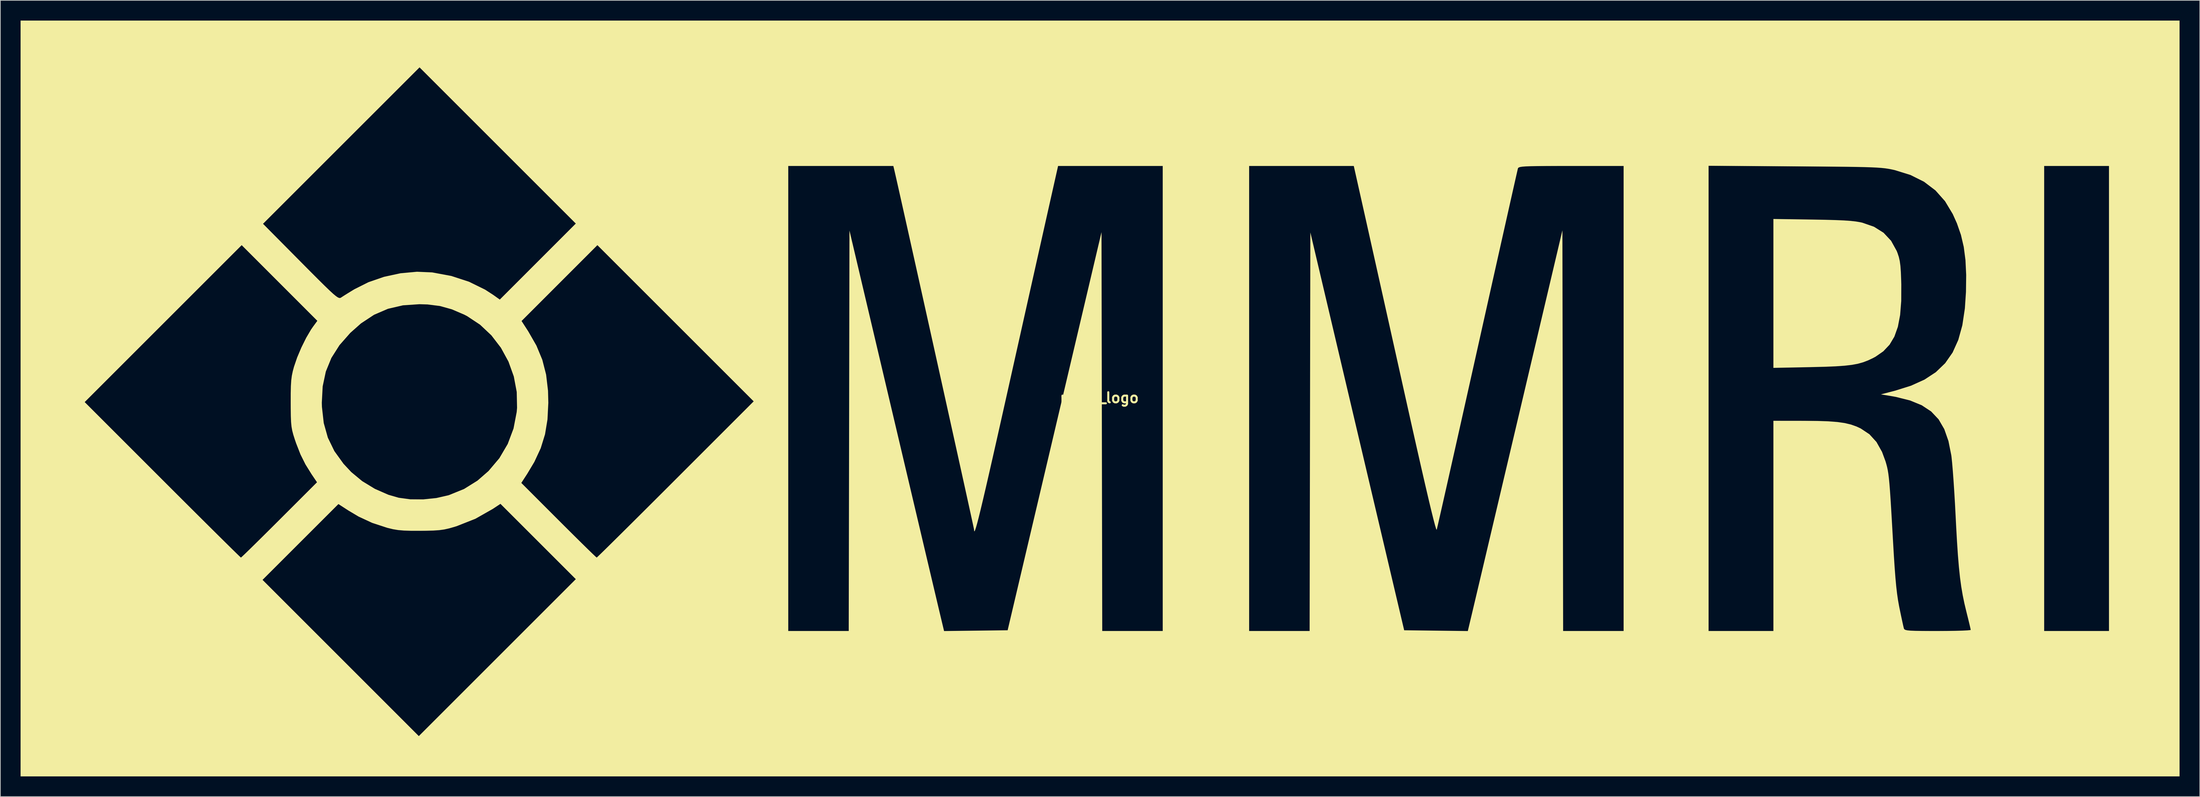
<source format=kicad_pcb>
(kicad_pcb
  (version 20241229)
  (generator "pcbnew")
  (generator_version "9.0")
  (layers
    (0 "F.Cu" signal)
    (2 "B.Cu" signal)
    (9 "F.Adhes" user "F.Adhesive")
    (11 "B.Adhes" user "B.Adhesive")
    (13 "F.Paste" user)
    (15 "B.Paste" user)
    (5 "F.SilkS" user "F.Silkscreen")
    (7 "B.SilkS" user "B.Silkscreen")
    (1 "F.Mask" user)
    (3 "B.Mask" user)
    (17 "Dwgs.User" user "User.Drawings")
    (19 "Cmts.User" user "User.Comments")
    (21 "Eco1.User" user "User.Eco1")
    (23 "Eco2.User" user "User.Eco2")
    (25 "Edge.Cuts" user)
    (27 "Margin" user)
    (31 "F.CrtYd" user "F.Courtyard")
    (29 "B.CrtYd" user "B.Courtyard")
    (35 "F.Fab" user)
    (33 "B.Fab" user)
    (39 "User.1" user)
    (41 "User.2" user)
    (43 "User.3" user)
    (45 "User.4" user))
  (footprint "mmri_logo"
    (layer "F.Cu")
    (at 159.871 55.923)
    (property "Reference" "mmri_logo" (at 0 0 0) (layer "F.SilkS") (effects (font (size 1.5 1.5) (thickness 0.3))))
    (attr board_only exclude_from_pos_files exclude_from_bom)
    (fp_poly (pts (xy 105.709 -26.42) (xy 107.61 -26.385) (xy 109.142 -26.343) (xy 110.364 -26.29) (xy 111.334 -26.222) (xy 112.112 -26.135) (xy 112.754 -26.027) (xy 113.075 -25.955) (xy 114.801 -25.355) (xy 116.217 -24.465) (xy 117.334 -23.274) (xy 118.164 -21.773) (xy 118.293 -21.444) (xy 118.483 -20.867) (xy 118.621 -20.26) (xy 118.718 -19.534) (xy 118.784 -18.598) (xy 118.831 -17.359) (xy 118.846 -16.792) (xy 118.837 -14.349) (xy 118.673 -12.272) (xy 118.339 -10.524) (xy 117.823 -9.069) (xy 117.109 -7.87) (xy 116.183 -6.889) (xy 115.031 -6.089) (xy 114.647 -5.883) (xy 113.911 -5.536) (xy 113.181 -5.258) (xy 112.396 -5.04) (xy 111.495 -4.874) (xy 110.415 -4.75) (xy 109.096 -4.66) (xy 107.476 -4.594) (xy 105.494 -4.545) (xy 105.389 -4.542) (xy 99.892 -4.432) (xy 99.892 -15.47) (xy 99.892 -26.508)) (stroke (width 0) (type solid)) (fill yes) (layer "F.SilkS"))
    (fp_poly (pts (xy 160.084 0.107) (xy 160.084 56.136) (xy 0.107 56.136) (xy -159.871 56.136) (xy -159.871 26.999) (xy -124.013 26.999) (xy -112.433 38.579) (xy -100.854 50.16) (xy -89.221 38.527) (xy -77.588 26.894) (xy -83.171 21.311) (xy -88.755 15.728) (xy -89.895 16.481) (xy -92.465 17.939) (xy -95.228 19.032) (xy -95.56 19.136) (xy -96.366 19.366) (xy -97.081 19.526) (xy -97.819 19.629) (xy -98.691 19.688) (xy -99.81 19.717) (xy -100.639 19.724) (xy -102.01 19.722) (xy -103.065 19.689) (xy -103.915 19.615) (xy -104.672 19.49) (xy -105.444 19.304) (xy -105.549 19.276) (xy -107.765 18.549) (xy -109.774 17.617) (xy -111.277 16.724) (xy -112.767 15.759) (xy -118.39 21.379) (xy -124.013 26.999) (xy -159.871 26.999) (xy -159.871 0.64) (xy -150.371 0.64) (xy -138.846 12.166) (xy -137.009 14.003) (xy -135.259 15.749) (xy -133.62 17.382) (xy -132.115 18.878) (xy -130.769 20.215) (xy -129.603 21.368) (xy -128.643 22.315) (xy -127.91 23.033) (xy -127.428 23.499) (xy -127.222 23.689) (xy -127.216 23.692) (xy -127.046 23.547) (xy -126.609 23.132) (xy -125.938 22.482) (xy -125.069 21.629) (xy -124.033 20.606) (xy -122.867 19.449) (xy -121.602 18.188) (xy -121.525 18.111) (xy -115.941 12.53) (xy -116.75 11.334) (xy -117.653 9.882) (xy -118.389 8.406) (xy -119.044 6.729) (xy -119.228 6.19) (xy -119.451 5.49) (xy -119.611 4.885) (xy -119.719 4.28) (xy -119.786 3.582) (xy -119.821 2.695) (xy -119.836 1.527) (xy -119.839 0.747) (xy -119.839 0.737) (xy -115.229 0.737) (xy -115.211 1.355) (xy -114.943 3.746) (xy -114.335 5.914) (xy -113.366 7.91) (xy -112.01 9.789) (xy -110.863 11.018) (xy -109.248 12.357) (xy -107.368 13.503) (xy -105.366 14.381) (xy -103.841 14.822) (xy -102.11 15.055) (xy -100.191 15.066) (xy -98.256 14.865) (xy -96.477 14.46) (xy -96.371 14.427) (xy -94.148 13.524) (xy -92.706 12.626) (xy -85.663 12.626) (xy -80.133 18.159) (xy -78.87 19.419) (xy -77.703 20.579) (xy -76.666 21.604) (xy -75.792 22.461) (xy -75.116 23.118) (xy -74.672 23.539) (xy -74.494 23.692) (xy -74.493 23.692) (xy -74.329 23.545) (xy -73.886 23.119) (xy -73.188 22.437) (xy -72.259 21.521) (xy -71.122 20.396) (xy -69.799 19.085) (xy -68.315 17.61) (xy -66.693 15.994) (xy -64.956 14.261) (xy -63.127 12.434) (xy -62.806 12.112) (xy -51.227 0.532) (xy -62.807 -11.047) (xy -74.388 -22.626) (xy -80.008 -17.003) (xy -85.627 -11.381) (xy -84.634 -9.845) (xy -83.424 -7.736) (xy -82.551 -5.63) (xy -81.988 -3.431) (xy -81.706 -1.041) (xy -81.661 0.747) (xy -81.785 3.212) (xy -82.149 5.418) (xy -82.786 7.479) (xy -83.731 9.511) (xy -84.785 11.275) (xy -85.663 12.626) (xy -92.706 12.626) (xy -92.161 12.286) (xy -90.525 10.861) (xy -88.919 8.961) (xy -87.678 6.849) (xy -86.817 4.556) (xy -86.348 2.111) (xy -86.295 1.487) (xy -86.343 -0.862) (xy -86.778 -3.163) (xy -87.569 -5.365) (xy -88.687 -7.413) (xy -90.1 -9.254) (xy -91.78 -10.835) (xy -93.695 -12.104) (xy -94.129 -12.328) (xy -95.955 -13.111) (xy -97.705 -13.6) (xy -99.555 -13.835) (xy -100.765 -13.871) (xy -103.205 -13.706) (xy -105.429 -13.19) (xy -107.486 -12.304) (xy -109.42 -11.028) (xy -111.011 -9.616) (xy -112.608 -7.8) (xy -113.81 -5.906) (xy -114.635 -3.885) (xy -115.101 -1.687) (xy -115.229 0.737) (xy -119.839 0.737) (xy -119.837 -0.659) (xy -119.813 -1.733) (xy -119.761 -2.572) (xy -119.671 -3.271) (xy -119.535 -3.925) (xy -119.356 -4.589) (xy -118.884 -5.972) (xy -118.258 -7.452) (xy -117.55 -8.881) (xy -116.83 -10.107) (xy -116.536 -10.532) (xy -115.893 -11.408) (xy -121.499 -17.017) (xy -127.105 -22.626) (xy -138.738 -10.993) (xy -150.371 0.64) (xy -159.871 0.64) (xy -159.871 0.107) (xy -159.871 -25.793) (xy -123.941 -25.793) (xy -118.373 -20.174) (xy -116.93 -18.719) (xy -115.754 -17.542) (xy -114.817 -16.615) (xy -114.088 -15.912) (xy -113.535 -15.404) (xy -113.129 -15.067) (xy -112.839 -14.871) (xy -112.635 -14.791) (xy -112.486 -14.799) (xy -112.379 -14.856) (xy -112 -15.103) (xy -111.373 -15.496) (xy -110.615 -15.959) (xy -110.398 -16.091) (xy -108.315 -17.135) (xy -106.001 -17.933) (xy -103.573 -18.458) (xy -101.152 -18.683) (xy -98.873 -18.586) (xy -96.045 -18.06) (xy -93.414 -17.202) (xy -91.026 -16.029) (xy -89.837 -15.259) (xy -88.853 -14.558) (xy -83.221 -20.193) (xy -77.589 -25.828) (xy -86.126 -34.365) (xy -46.104 -34.365) (xy -46.104 0.107) (xy -46.104 34.578) (xy -41.623 34.578) (xy -37.141 34.578) (xy -37.087 4.891) (xy -37.033 -24.796) (xy -30.546 2.703) (xy -29.746 6.093) (xy -28.967 9.396) (xy -28.214 12.585) (xy -27.495 15.634) (xy -26.815 18.515) (xy -26.181 21.201) (xy -25.599 23.667) (xy -25.075 25.884) (xy -24.616 27.827) (xy -24.228 29.468) (xy -23.918 30.781) (xy -23.691 31.738) (xy -23.554 32.314) (xy -23.535 32.394) (xy -23.012 34.586) (xy -18.302 34.529) (xy -13.592 34.471) (xy -6.636 4.957) (xy 0.32 -24.558) (xy 0.374 5.01) (xy 0.428 34.578) (xy 4.91 34.578) (xy 9.392 34.578) (xy 9.392 0.107) (xy 9.392 -34.365) (xy 22.198 -34.365) (xy 22.198 0.107) (xy 22.198 34.578) (xy 26.68 34.578) (xy 31.162 34.578) (xy 31.216 5.031) (xy 31.27 -24.516) (xy 38.222 4.978) (xy 45.175 34.471) (xy 49.89 34.529) (xy 54.605 34.586) (xy 55.253 31.861) (xy 55.382 31.314) (xy 55.603 30.38) (xy 55.909 29.086) (xy 56.293 27.459) (xy 56.749 25.529) (xy 57.27 23.322) (xy 57.849 20.866) (xy 58.481 18.189) (xy 59.158 15.319) (xy 59.873 12.284) (xy 60.622 9.112) (xy 61.396 5.83) (xy 62.189 2.466) (xy 62.262 2.155) (xy 68.623 -24.826) (xy 68.677 4.876) (xy 68.731 34.578) (xy 73.213 34.578) (xy 77.694 34.578) (xy 77.694 0.107) (xy 77.694 -34.365) (xy 69.918 -34.365) (xy 67.885 -34.364) (xy 66.238 -34.359) (xy 64.936 -34.348) (xy 63.937 -34.33) (xy 63.201 -34.303) (xy 62.686 -34.264) (xy 62.352 -34.212) (xy 62.157 -34.144) (xy 62.06 -34.059) (xy 62.029 -33.991) (xy 61.97 -33.74) (xy 61.823 -33.097) (xy 61.594 -32.088) (xy 61.29 -30.739) (xy 60.915 -29.073) (xy 60.476 -27.118) (xy 59.978 -24.897) (xy 59.426 -22.436) (xy 58.827 -19.761) (xy 58.186 -16.897) (xy 57.509 -13.869) (xy 56.801 -10.702) (xy 56.069 -7.421) (xy 56.032 -7.257) (xy 55.298 -3.97) (xy 54.587 -0.793) (xy 53.907 2.248) (xy 53.262 5.127) (xy 52.658 7.819) (xy 52.1 10.298) (xy 51.596 12.54) (xy 51.15 14.518) (xy 50.768 16.208) (xy 50.455 17.584) (xy 50.219 18.62) (xy 50.063 19.292) (xy 49.994 19.573) (xy 49.993 19.576) (xy 49.92 19.468) (xy 49.761 18.953) (xy 49.517 18.03) (xy 49.186 16.698) (xy 48.77 14.955) (xy 48.267 12.8) (xy 47.678 10.232) (xy 47.001 7.25) (xy 46.237 3.853) (xy 45.387 0.046) (xy 44.709 -3) (xy 44.027 -6.066) (xy 43.35 -9.105) (xy 42.688 -12.076) (xy 42.051 -14.934) (xy 41.448 -17.634) (xy 40.891 -20.134) (xy 40.387 -22.389) (xy 39.948 -24.355) (xy 39.583 -25.99) (xy 39.321 -27.161) (xy 37.706 -34.365) (xy 29.952 -34.365) (xy 22.198 -34.365) (xy 9.392 -34.365) (xy 1.638 -34.365) (xy -6.116 -34.365) (xy -7.615 -27.695) (xy -7.883 -26.5) (xy -8.234 -24.931) (xy -8.66 -23.029) (xy -9.152 -20.836) (xy -9.698 -18.393) (xy -10.292 -15.743) (xy -10.922 -12.927) (xy -11.579 -9.987) (xy -12.255 -6.965) (xy -12.94 -3.902) (xy -13.624 -0.841) (xy -13.681 -0.588) (xy -14.476 2.962) (xy -15.184 6.113) (xy -15.81 8.885) (xy -16.359 11.295) (xy -16.834 13.362) (xy -17.241 15.105) (xy -17.584 16.543) (xy -17.867 17.693) (xy -18.095 18.575) (xy -18.273 19.206) (xy -18.405 19.607) (xy -18.495 19.794) (xy -18.548 19.787) (xy -18.569 19.604) (xy -18.57 19.543) (xy -18.615 19.314) (xy -18.746 18.699) (xy -18.957 17.727) (xy -19.241 16.429) (xy -19.59 14.836) (xy -19.999 12.977) (xy -20.461 10.882) (xy -20.968 8.583) (xy -21.515 6.108) (xy -22.094 3.489) (xy -22.699 0.755) (xy -23.323 -2.064) (xy -23.959 -4.936) (xy -24.601 -7.833) (xy -25.242 -10.723) (xy -25.876 -13.576) (xy -26.495 -16.363) (xy -27.093 -19.053) (xy -27.664 -21.616) (xy -28.199 -24.021) (xy -28.694 -26.239) (xy -29.141 -28.239) (xy -29.533 -29.991) (xy -29.864 -31.465) (xy -30.127 -32.63) (xy -30.316 -33.457) (xy -30.415 -33.884) (xy -30.531 -34.365) (xy -38.318 -34.365) (xy -46.104 -34.365) (xy -86.126 -34.365) (xy -86.153 -34.392) (xy 90.287 -34.392) (xy 90.287 0.093) (xy 90.287 34.578) (xy 95.09 34.578) (xy 99.892 34.578) (xy 99.892 18.997) (xy 99.892 3.415) (xy 104.428 3.419) (xy 106.415 3.437) (xy 108.041 3.492) (xy 109.369 3.594) (xy 110.465 3.751) (xy 111.392 3.972) (xy 112.216 4.265) (xy 112.834 4.554) (xy 114.122 5.411) (xy 115.166 6.557) (xy 115.994 8.03) (xy 116.505 9.417) (xy 116.634 9.856) (xy 116.746 10.286) (xy 116.843 10.75) (xy 116.93 11.29) (xy 117.011 11.95) (xy 117.09 12.774) (xy 117.171 13.803) (xy 117.258 15.081) (xy 117.355 16.651) (xy 117.466 18.556) (xy 117.596 20.839) (xy 117.613 21.131) (xy 117.741 23.331) (xy 117.861 25.163) (xy 117.977 26.687) (xy 118.095 27.963) (xy 118.221 29.05) (xy 118.36 30.007) (xy 118.519 30.893) (xy 118.573 31.163) (xy 118.789 32.208) (xy 118.984 33.123) (xy 119.136 33.815) (xy 119.227 34.191) (xy 119.231 34.205) (xy 119.298 34.325) (xy 119.452 34.416) (xy 119.743 34.483) (xy 120.225 34.528) (xy 120.95 34.557) (xy 121.969 34.572) (xy 123.335 34.578) (xy 124.24 34.578) (xy 125.634 34.571) (xy 126.873 34.553) (xy 127.899 34.524) (xy 128.65 34.487) (xy 129.068 34.444) (xy 129.134 34.418) (xy 129.084 34.16) (xy 128.949 33.575) (xy 128.748 32.748) (xy 128.503 31.765) (xy 128.494 31.728) (xy 128.199 30.496) (xy 127.948 29.275) (xy 127.732 28.008) (xy 127.546 26.635) (xy 127.384 25.1) (xy 127.237 23.343) (xy 127.101 21.306) (xy 126.968 18.932) (xy 126.896 17.503) (xy 126.802 15.711) (xy 126.698 13.959) (xy 126.59 12.317) (xy 126.482 10.857) (xy 126.38 9.651) (xy 126.289 8.771) (xy 126.256 8.523) (xy 125.833 6.413) (xy 125.216 4.65) (xy 124.372 3.199) (xy 123.269 2.03) (xy 121.872 1.108) (xy 120.149 0.402) (xy 118.066 -0.121) (xy 117.322 -0.255) (xy 115.823 -0.502) (xy 117.943 -1.054) (xy 120.282 -1.787) (xy 122.283 -2.691) (xy 123.965 -3.795) (xy 125.347 -5.125) (xy 126.45 -6.708) (xy 127.291 -8.572) (xy 127.891 -10.742) (xy 128.268 -13.246) (xy 128.43 -15.688) (xy 128.462 -18.211) (xy 128.357 -20.407) (xy 128.103 -22.36) (xy 127.685 -24.151) (xy 127.088 -25.864) (xy 126.472 -27.236) (xy 125.326 -29.145) (xy 123.91 -30.74) (xy 122.208 -32.032) (xy 120.206 -33.031) (xy 117.888 -33.75) (xy 117.747 -33.782) (xy 117.318 -33.875) (xy 116.887 -33.954) (xy 116.418 -34.022) (xy 115.873 -34.078) (xy 115.215 -34.125) (xy 114.407 -34.164) (xy 113.412 -34.196) (xy 112.193 -34.222) (xy 110.713 -34.245) (xy 108.934 -34.264) (xy 106.82 -34.282) (xy 104.334 -34.3) (xy 103.041 -34.309) (xy 94.444 -34.365) (xy 140.02 -34.365) (xy 140.02 0.107) (xy 140.02 34.578) (xy 144.823 34.578) (xy 149.625 34.578) (xy 149.625 0.107) (xy 149.625 -34.365) (xy 144.823 -34.365) (xy 140.02 -34.365) (xy 94.444 -34.365) (xy 90.287 -34.392) (xy -86.153 -34.392) (xy -89.167 -37.406) (xy -100.746 -48.985) (xy -112.343 -37.389) (xy -123.941 -25.793) (xy -159.871 -25.793) (xy -159.871 -55.923) (xy 0.107 -55.923) (xy 160.084 -55.923)) (stroke (width 0) (type solid)) (fill yes) (layer "F.SilkS")))
  (gr_rect
    (start -3 -3)
    (end 322.955 115.059)
    (stroke (width 0.1) (type default))
    (fill no)
    (layer "Edge.Cuts")))
</source>
